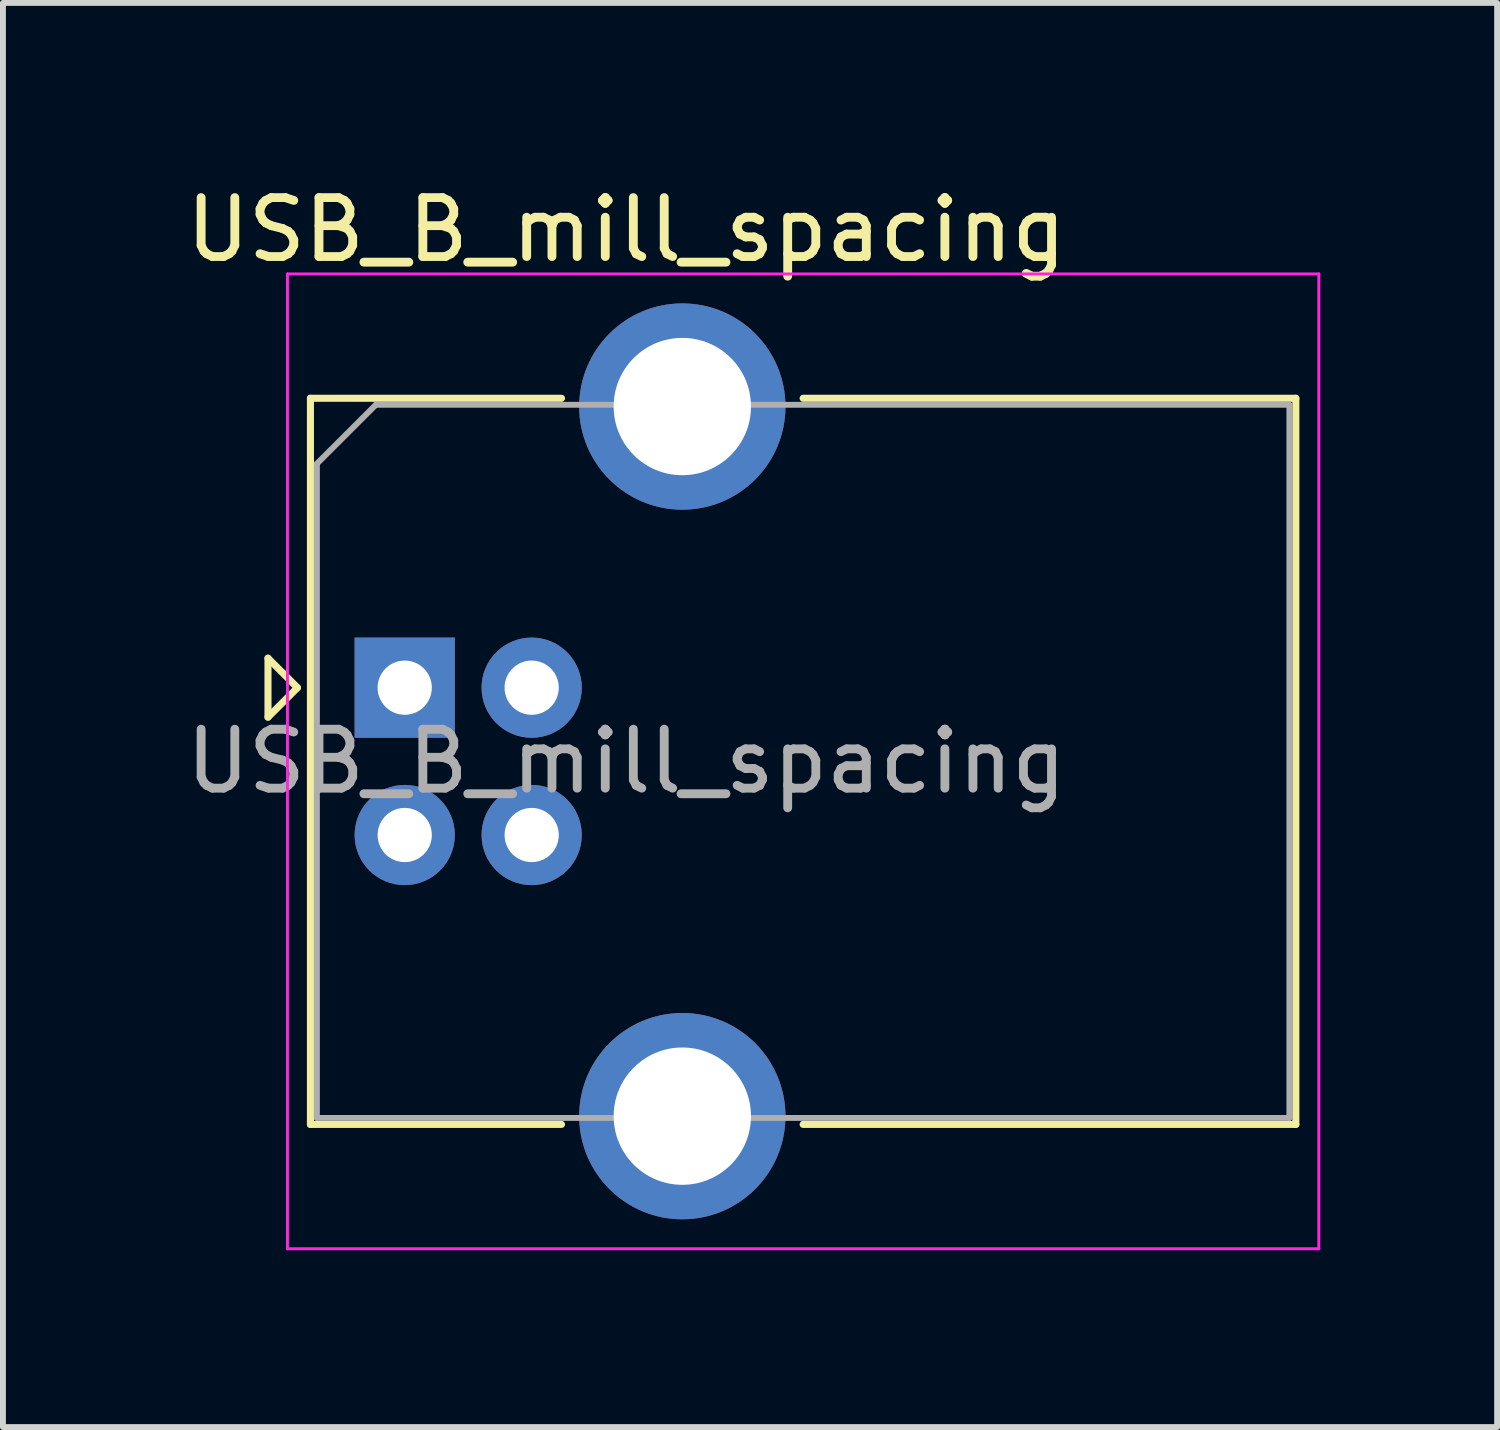
<source format=kicad_pcb>
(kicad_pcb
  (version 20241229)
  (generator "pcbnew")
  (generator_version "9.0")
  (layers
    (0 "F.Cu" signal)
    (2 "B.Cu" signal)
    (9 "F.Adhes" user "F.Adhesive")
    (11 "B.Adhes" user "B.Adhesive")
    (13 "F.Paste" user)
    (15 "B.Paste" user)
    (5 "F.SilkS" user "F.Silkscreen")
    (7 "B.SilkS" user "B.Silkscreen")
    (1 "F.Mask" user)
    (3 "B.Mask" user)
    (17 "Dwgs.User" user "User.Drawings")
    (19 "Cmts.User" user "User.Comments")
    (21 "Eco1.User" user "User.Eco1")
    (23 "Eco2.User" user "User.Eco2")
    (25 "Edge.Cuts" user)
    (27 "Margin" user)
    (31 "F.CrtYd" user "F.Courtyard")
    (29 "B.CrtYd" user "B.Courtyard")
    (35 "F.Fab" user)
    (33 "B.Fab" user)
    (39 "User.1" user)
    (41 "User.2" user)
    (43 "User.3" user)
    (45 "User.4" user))
  (footprint "USB_B_mill_spacing"
    (layer "F.Cu")
    (at 3.817 8.618)
    (property "Reference" "USB_B_mill_spacing" (at 3.76 -7.77 180) (layer "F.SilkS") (effects (font (size 1 1) (thickness 0.15))))
    (attr through_hole)
    (fp_line (start -2.32 -0.5) (end -2.32 0.5) (stroke (width 0.12) (type solid)) (layer "F.SilkS"))
    (fp_line (start -2.32 0.5) (end -1.82 0) (stroke (width 0.12) (type solid)) (layer "F.SilkS"))
    (fp_line (start -1.82 0) (end -2.32 -0.5) (stroke (width 0.12) (type solid)) (layer "F.SilkS"))
    (fp_line (start -1.6 -4.91) (end -1.6 7.41) (stroke (width 0.12) (type solid)) (layer "F.SilkS"))
    (fp_line (start -1.6 7.41) (end 2.66 7.41) (stroke (width 0.12) (type solid)) (layer "F.SilkS"))
    (fp_line (start 2.66 -4.91) (end -1.6 -4.91) (stroke (width 0.12) (type solid)) (layer "F.SilkS"))
    (fp_line (start 6.76 -4.91) (end 15.12 -4.91) (stroke (width 0.12) (type solid)) (layer "F.SilkS"))
    (fp_line (start 15.12 -4.91) (end 15.12 7.41) (stroke (width 0.12) (type solid)) (layer "F.SilkS"))
    (fp_line (start 15.12 7.41) (end 6.76 7.41) (stroke (width 0.12) (type solid)) (layer "F.SilkS"))
    (fp_line (start -1.99 -7.02) (end -1.99 9.52) (stroke (width 0.05) (type solid)) (layer "F.CrtYd"))
    (fp_line (start -1.99 9.52) (end 15.51 9.52) (stroke (width 0.05) (type solid)) (layer "F.CrtYd"))
    (fp_line (start 15.51 -7.02) (end -1.99 -7.02) (stroke (width 0.05) (type solid)) (layer "F.CrtYd"))
    (fp_line (start 15.51 9.52) (end 15.51 -7.02) (stroke (width 0.05) (type solid)) (layer "F.CrtYd"))
    (fp_line (start -1.49 -3.8) (end -0.49 -4.8) (stroke (width 0.1) (type solid)) (layer "F.Fab"))
    (fp_line (start -1.49 7.3) (end -1.49 -3.8) (stroke (width 0.1) (type solid)) (layer "F.Fab"))
    (fp_line (start -0.49 -4.8) (end 15.01 -4.8) (stroke (width 0.1) (type solid)) (layer "F.Fab"))
    (fp_line (start 15.01 -4.8) (end 15.01 7.3) (stroke (width 0.1) (type solid)) (layer "F.Fab"))
    (fp_line (start 15.01 7.3) (end -1.49 7.3) (stroke (width 0.1) (type solid)) (layer "F.Fab"))
    (fp_text user "${REFERENCE}" (at 3.76 1.25 180) (layer "F.Fab") (effects (font (size 1 1) (thickness 0.15))))
    (pad "1" thru_hole rect (at 0 0) (size 1.7 1.7) (drill 0.92) (layers "*.Cu" "*.Mask"))
    (pad "2" thru_hole circle (at 0 2.5) (size 1.7 1.7) (drill 0.92) (layers "*.Cu" "*.Mask"))
    (pad "3" thru_hole circle (at 2.154 2.5) (size 1.7 1.7) (drill 0.92) (layers "*.Cu" "*.Mask"))
    (pad "4" thru_hole circle (at 2.154 0) (size 1.7 1.7) (drill 0.92) (layers "*.Cu" "*.Mask"))
    (pad "5" thru_hole circle (at 4.71 -4.77) (size 3.5 3.5) (drill 2.33) (layers "*.Cu" "*.Mask"))
    (pad "5" thru_hole circle (at 4.71 7.27) (size 3.5 3.5) (drill 2.33) (layers "*.Cu" "*.Mask")))
  (gr_rect
    (start -3 -3)
    (end 22.352 21.163)
    (stroke (width 0.1) (type default))
    (fill no)
    (layer "Edge.Cuts")))
</source>
